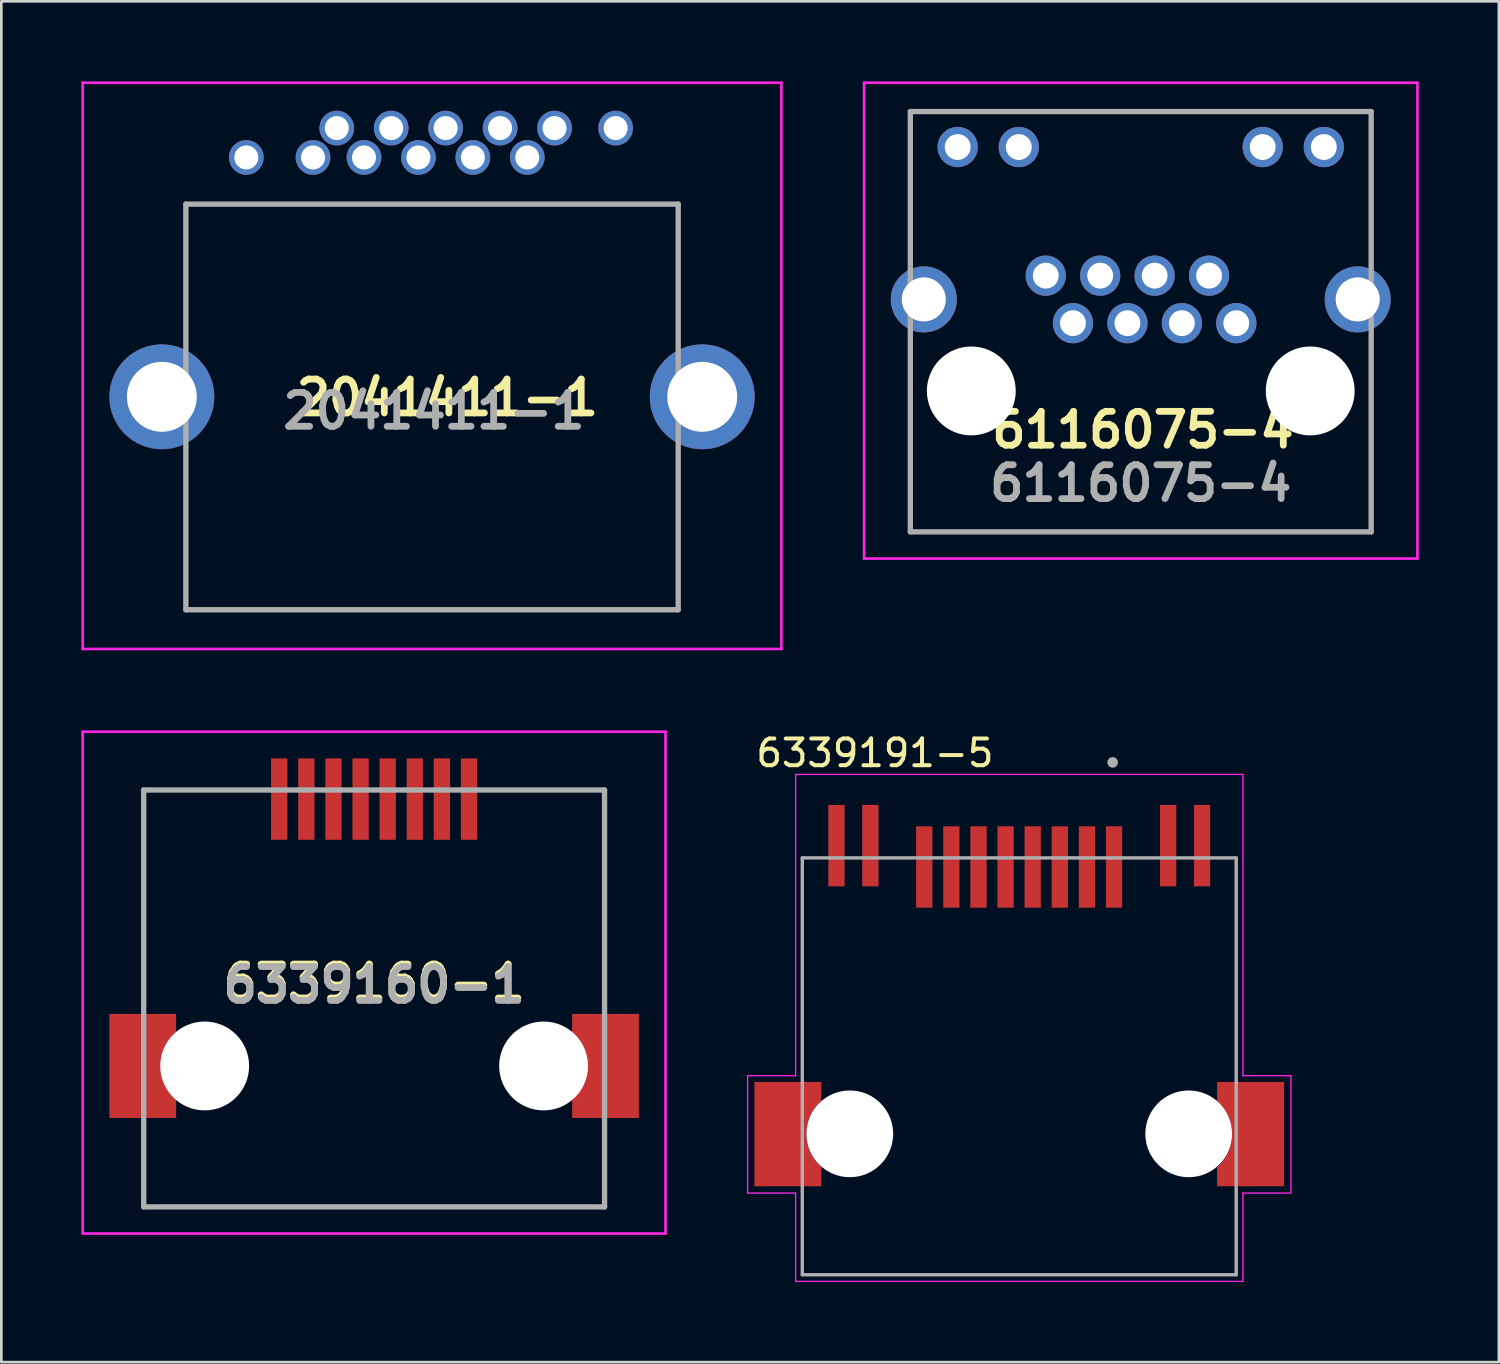
<source format=kicad_pcb>
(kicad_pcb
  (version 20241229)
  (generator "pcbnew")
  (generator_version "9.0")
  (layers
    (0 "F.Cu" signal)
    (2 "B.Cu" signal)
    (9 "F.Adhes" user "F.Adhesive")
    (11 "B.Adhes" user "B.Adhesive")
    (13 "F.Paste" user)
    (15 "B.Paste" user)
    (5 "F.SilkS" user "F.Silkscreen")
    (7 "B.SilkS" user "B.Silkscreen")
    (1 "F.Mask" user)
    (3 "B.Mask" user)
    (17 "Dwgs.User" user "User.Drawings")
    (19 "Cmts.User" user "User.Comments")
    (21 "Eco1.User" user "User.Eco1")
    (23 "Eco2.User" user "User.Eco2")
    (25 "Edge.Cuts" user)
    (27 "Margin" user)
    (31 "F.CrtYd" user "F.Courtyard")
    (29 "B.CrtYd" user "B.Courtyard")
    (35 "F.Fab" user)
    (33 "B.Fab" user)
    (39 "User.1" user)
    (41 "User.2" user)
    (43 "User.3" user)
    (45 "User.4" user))
  (footprint "2041411-1"
    (layer "F.Cu")
    (at 16.71 2.85)
    (property "Reference" "2041411-1" (at -3 9 0) (layer "F.SilkS") (effects (font (size 1.27 1.27) (thickness 0.254))))
    (attr through_hole)
    (fp_line (start -16.66 -2.8) (end 9.52 -2.8) (stroke (width 0.1) (type solid)) (layer "F.CrtYd"))
    (fp_line (start -16.66 18.42) (end -16.66 -2.8) (stroke (width 0.1) (type solid)) (layer "F.CrtYd"))
    (fp_line (start 9.52 -2.8) (end 9.52 18.42) (stroke (width 0.1) (type solid)) (layer "F.CrtYd"))
    (fp_line (start 9.52 18.42) (end -16.66 18.42) (stroke (width 0.1) (type solid)) (layer "F.CrtYd"))
    (fp_line (start -12.795 1.75) (end 5.655 1.75) (stroke (width 0.2) (type solid)) (layer "F.Fab"))
    (fp_line (start -12.795 16.95) (end -12.795 1.75) (stroke (width 0.2) (type solid)) (layer "F.Fab"))
    (fp_line (start 5.655 1.75) (end 5.655 16.95) (stroke (width 0.2) (type solid)) (layer "F.Fab"))
    (fp_line (start 5.655 16.95) (end -12.795 16.95) (stroke (width 0.2) (type solid)) (layer "F.Fab"))
    (fp_text user "${REFERENCE}" (at -3.5 9.5 0) (layer "F.Fab") (effects (font (size 1.27 1.27) (thickness 0.254))))
    (pad "1" thru_hole circle (at 0 0) (size 1.3 1.3) (drill 0.9) (layers "*.Cu" "*.Mask"))
    (pad "2" thru_hole circle (at -1.02 -1.1) (size 1.3 1.3) (drill 0.9) (layers "*.Cu" "*.Mask"))
    (pad "3" thru_hole circle (at -2.04 0) (size 1.3 1.3) (drill 0.9) (layers "*.Cu" "*.Mask"))
    (pad "4" thru_hole circle (at -3.06 -1.1) (size 1.3 1.3) (drill 0.9) (layers "*.Cu" "*.Mask"))
    (pad "5" thru_hole circle (at -4.08 0) (size 1.3 1.3) (drill 0.9) (layers "*.Cu" "*.Mask"))
    (pad "6" thru_hole circle (at -5.1 -1.1) (size 1.3 1.3) (drill 0.9) (layers "*.Cu" "*.Mask"))
    (pad "7" thru_hole circle (at -6.12 0) (size 1.3 1.3) (drill 0.9) (layers "*.Cu" "*.Mask"))
    (pad "8" thru_hole circle (at -7.14 -1.1) (size 1.3 1.3) (drill 0.9) (layers "*.Cu" "*.Mask"))
    (pad "9" thru_hole circle (at 3.31 -1.1) (size 1.3 1.3) (drill 0.9) (layers "*.Cu" "*.Mask"))
    (pad "10" thru_hole circle (at 1.02 -1.1) (size 1.3 1.3) (drill 0.9) (layers "*.Cu" "*.Mask"))
    (pad "11" thru_hole circle (at -8.03 0) (size 1.3 1.3) (drill 0.9) (layers "*.Cu" "*.Mask"))
    (pad "12" thru_hole circle (at -10.53 0) (size 1.3 1.3) (drill 0.9) (layers "*.Cu" "*.Mask"))
    (pad "MH1" thru_hole circle (at -13.695 8.97) (size 3.93 3.93) (drill 2.62) (layers "*.Cu" "*.Mask"))
    (pad "MH2" thru_hole circle (at 6.555 8.97) (size 3.93 3.93) (drill 2.62) (layers "*.Cu" "*.Mask")))
  (footprint "6339160-1"
    (layer "F.Cu")
    (at 10.97 34.365)
    (property "Reference" "6339160-1" (at 0 -0.592 0) (layer "F.SilkS") (effects (font (size 1.27 1.27) (thickness 0.254))))
    (attr through_hole)
    (fp_line (start -10.92 -9.995) (end 10.92 -9.995) (stroke (width 0.1) (type solid)) (layer "F.CrtYd"))
    (fp_line (start -10.92 8.81) (end -10.92 -9.995) (stroke (width 0.1) (type solid)) (layer "F.CrtYd"))
    (fp_line (start 10.92 -9.995) (end 10.92 8.81) (stroke (width 0.1) (type solid)) (layer "F.CrtYd"))
    (fp_line (start 10.92 8.81) (end -10.92 8.81) (stroke (width 0.1) (type solid)) (layer "F.CrtYd"))
    (fp_line (start -8.635 -7.81) (end 8.635 -7.81) (stroke (width 0.2) (type solid)) (layer "F.Fab"))
    (fp_line (start -8.635 7.81) (end -8.635 -7.81) (stroke (width 0.2) (type solid)) (layer "F.Fab"))
    (fp_line (start 8.635 -7.81) (end 8.635 7.81) (stroke (width 0.2) (type solid)) (layer "F.Fab"))
    (fp_line (start 8.635 7.81) (end -8.635 7.81) (stroke (width 0.2) (type solid)) (layer "F.Fab"))
    (fp_text user "${REFERENCE}" (at 0 -0.5 0) (layer "F.Fab") (effects (font (size 1.27 1.27) (thickness 0.254))))
    (pad "" np_thru_hole circle (at -6.35 2.53) (size 3.33 3.33) (drill 3.33) (layers "*.Cu" "*.Mask"))
    (pad "" np_thru_hole circle (at 6.35 2.53) (size 3.33 3.33) (drill 3.33) (layers "*.Cu" "*.Mask"))
    (pad "1" smd rect (at 3.556 -7.47) (size 0.61 3.05) (layers "F.Cu" "F.Mask" "F.Paste"))
    (pad "2" smd rect (at 2.54 -7.47) (size 0.61 3.05) (layers "F.Cu" "F.Mask" "F.Paste"))
    (pad "3" smd rect (at 1.524 -7.47) (size 0.61 3.05) (layers "F.Cu" "F.Mask" "F.Paste"))
    (pad "4" smd rect (at 0.508 -7.47) (size 0.61 3.05) (layers "F.Cu" "F.Mask" "F.Paste"))
    (pad "5" smd rect (at -0.508 -7.47) (size 0.61 3.05) (layers "F.Cu" "F.Mask" "F.Paste"))
    (pad "6" smd rect (at -1.524 -7.47) (size 0.61 3.05) (layers "F.Cu" "F.Mask" "F.Paste"))
    (pad "7" smd rect (at -2.54 -7.47) (size 0.61 3.05) (layers "F.Cu" "F.Mask" "F.Paste"))
    (pad "8" smd rect (at -3.556 -7.47) (size 0.61 3.05) (layers "F.Cu" "F.Mask" "F.Paste"))
    (pad "9" smd rect (at -8.67 2.53) (size 2.5 3.9) (layers "F.Cu" "F.Mask" "F.Paste"))
    (pad "10" smd rect (at 8.67 2.53) (size 2.5 3.9) (layers "F.Cu" "F.Mask" "F.Paste")))
  (footprint "6116075-4"
    (layer "F.Cu")
    (at 43.278 9.06)
    (property "Reference" "6116075-4" (at -3.5 4 0) (layer "F.SilkS") (effects (font (size 1.27 1.27) (thickness 0.254))))
    (attr through_hole)
    (fp_line (start -13.948 -9.01) (end 6.788 -9.01) (stroke (width 0.1) (type solid)) (layer "F.CrtYd"))
    (fp_line (start -13.948 8.82) (end -13.948 -9.01) (stroke (width 0.1) (type solid)) (layer "F.CrtYd"))
    (fp_line (start 6.788 -9.01) (end 6.788 8.82) (stroke (width 0.1) (type solid)) (layer "F.CrtYd"))
    (fp_line (start 6.788 8.82) (end -13.948 8.82) (stroke (width 0.1) (type solid)) (layer "F.CrtYd"))
    (fp_line (start -12.215 -7.93) (end 5.055 -7.93) (stroke (width 0.2) (type solid)) (layer "F.Fab"))
    (fp_line (start -12.215 7.82) (end -12.215 -7.93) (stroke (width 0.2) (type solid)) (layer "F.Fab"))
    (fp_line (start 5.055 -7.93) (end 5.055 7.82) (stroke (width 0.2) (type solid)) (layer "F.Fab"))
    (fp_line (start 5.055 7.82) (end -12.215 7.82) (stroke (width 0.2) (type solid)) (layer "F.Fab"))
    (fp_text user "${REFERENCE}" (at -3.58 6 0) (layer "F.Fab") (effects (font (size 1.27 1.27) (thickness 0.254))))
    (pad "" np_thru_hole circle (at -9.93 2.54) (size 3.33 3.33) (drill 3.33) (layers "*.Cu" "*.Mask"))
    (pad "" np_thru_hole circle (at 2.77 2.54) (size 3.33 3.33) (drill 3.33) (layers "*.Cu" "*.Mask"))
    (pad "1" thru_hole circle (at 0 0) (size 1.509 1.509) (drill 0.97) (layers "*.Cu" "*.Mask"))
    (pad "2" thru_hole circle (at -1.02 -1.78) (size 1.509 1.509) (drill 0.97) (layers "*.Cu" "*.Mask"))
    (pad "3" thru_hole circle (at -2.04 0) (size 1.509 1.509) (drill 0.97) (layers "*.Cu" "*.Mask"))
    (pad "4" thru_hole circle (at -3.06 -1.78) (size 1.509 1.509) (drill 0.97) (layers "*.Cu" "*.Mask"))
    (pad "5" thru_hole circle (at -4.08 0) (size 1.509 1.509) (drill 0.97) (layers "*.Cu" "*.Mask"))
    (pad "6" thru_hole circle (at -5.1 -1.78) (size 1.509 1.509) (drill 0.97) (layers "*.Cu" "*.Mask"))
    (pad "7" thru_hole circle (at -6.12 0) (size 1.509 1.509) (drill 0.97) (layers "*.Cu" "*.Mask"))
    (pad "8" thru_hole circle (at -7.14 -1.78) (size 1.509 1.509) (drill 0.97) (layers "*.Cu" "*.Mask"))
    (pad "9" thru_hole circle (at 3.28 -6.6) (size 1.509 1.509) (drill 0.97) (layers "*.Cu" "*.Mask"))
    (pad "10" thru_hole circle (at 0.99 -6.6) (size 1.509 1.509) (drill 0.97) (layers "*.Cu" "*.Mask"))
    (pad "11" thru_hole circle (at -8.15 -6.6) (size 1.509 1.509) (drill 0.97) (layers "*.Cu" "*.Mask"))
    (pad "12" thru_hole circle (at -10.44 -6.6) (size 1.509 1.509) (drill 0.97) (layers "*.Cu" "*.Mask"))
    (pad "13" thru_hole circle (at -11.71 -0.89) (size 2.475 2.475) (drill 1.65) (layers "*.Cu" "*.Mask"))
    (pad "14" thru_hole circle (at 4.55 -0.89) (size 2.475 2.475) (drill 1.65) (layers "*.Cu" "*.Mask")))
  (footprint "6339191-5"
    (layer "F.Cu")
    (at 35.145 36.909)
    (property "Reference" "6339191-5" (at -5.409 -11.739 0) (layer "F.SilkS") (effects (font (size 1.002 1.002) (thickness 0.15))))
    (attr smd)
    (fp_poly (pts (xy -9.974 0.54) (xy -7.37 0.54) (xy -7.37 4.542) (xy -9.974 4.542)) (stroke (width 0.01) (type solid)) (fill yes) (layer "F.Mask"))
    (fp_line (start -10.18 0.35) (end -8.38 0.35) (stroke (width 0.05) (type solid)) (layer "F.CrtYd"))
    (fp_line (start -10.18 4.75) (end -10.18 0.35) (stroke (width 0.05) (type solid)) (layer "F.CrtYd"))
    (fp_line (start -8.38 -10.939) (end 8.38 -10.939) (stroke (width 0.05) (type solid)) (layer "F.CrtYd"))
    (fp_line (start -8.38 0.35) (end -8.38 -10.939) (stroke (width 0.05) (type solid)) (layer "F.CrtYd"))
    (fp_line (start -8.38 4.75) (end -10.18 4.75) (stroke (width 0.05) (type solid)) (layer "F.CrtYd"))
    (fp_line (start -8.38 8.06) (end -8.38 4.75) (stroke (width 0.05) (type solid)) (layer "F.CrtYd"))
    (fp_line (start 8.38 -10.939) (end 8.38 0.35) (stroke (width 0.05) (type solid)) (layer "F.CrtYd"))
    (fp_line (start 8.38 0.35) (end 10.18 0.35) (stroke (width 0.05) (type solid)) (layer "F.CrtYd"))
    (fp_line (start 8.38 4.75) (end 8.38 8.06) (stroke (width 0.05) (type solid)) (layer "F.CrtYd"))
    (fp_line (start 8.38 8.06) (end -8.38 8.06) (stroke (width 0.05) (type solid)) (layer "F.CrtYd"))
    (fp_line (start 10.18 0.35) (end 10.18 4.75) (stroke (width 0.05) (type solid)) (layer "F.CrtYd"))
    (fp_line (start 10.18 4.75) (end 8.38 4.75) (stroke (width 0.05) (type solid)) (layer "F.CrtYd"))
    (fp_line (start -8.13 -7.81) (end 8.13 -7.81) (stroke (width 0.127) (type solid)) (layer "F.Fab"))
    (fp_line (start -8.13 7.81) (end -8.13 -7.81) (stroke (width 0.127) (type solid)) (layer "F.Fab"))
    (fp_line (start 8.13 -7.81) (end 8.13 7.81) (stroke (width 0.127) (type solid)) (layer "F.Fab"))
    (fp_line (start 8.13 7.81) (end -8.13 7.81) (stroke (width 0.127) (type solid)) (layer "F.Fab"))
    (fp_circle (center 3.5 -11.389) (end 3.6 -11.389) (stroke (width 0.2) (type solid)) (fill no) (layer "F.Fab"))
    (pad "" np_thru_hole circle (at -6.35 2.53) (size 3.25 3.25) (drill 3.25) (layers "*.Cu" "*.Mask"))
    (pad "" np_thru_hole circle (at 6.35 2.53) (size 3.25 3.25) (drill 3.25) (layers "*.Cu" "*.Mask"))
    (pad "1" smd rect (at 3.552 -7.47) (size 0.61 3.05) (layers "F.Cu" "F.Mask" "F.Paste"))
    (pad "2" smd rect (at 2.536 -7.47) (size 0.61 3.05) (layers "F.Cu" "F.Mask" "F.Paste"))
    (pad "3" smd rect (at 1.52 -7.47) (size 0.61 3.05) (layers "F.Cu" "F.Mask" "F.Paste"))
    (pad "4" smd rect (at 0.504 -7.47) (size 0.61 3.05) (layers "F.Cu" "F.Mask" "F.Paste"))
    (pad "5" smd rect (at -0.512 -7.47) (size 0.61 3.05) (layers "F.Cu" "F.Mask" "F.Paste"))
    (pad "6" smd rect (at -1.528 -7.47) (size 0.61 3.05) (layers "F.Cu" "F.Mask" "F.Paste"))
    (pad "7" smd rect (at -2.544 -7.47) (size 0.61 3.05) (layers "F.Cu" "F.Mask" "F.Paste"))
    (pad "8" smd rect (at -3.56 -7.47) (size 0.61 3.05) (layers "F.Cu" "F.Mask" "F.Paste"))
    (pad "A1" smd rect (at -6.85 -8.27) (size 0.61 3.05) (layers "F.Cu" "F.Mask" "F.Paste"))
    (pad "A2" smd rect (at 5.58 -8.27) (size 0.61 3.05) (layers "F.Cu" "F.Mask" "F.Paste"))
    (pad "C1" smd rect (at -5.58 -8.27) (size 0.61 3.05) (layers "F.Cu" "F.Mask" "F.Paste"))
    (pad "C2" smd rect (at 6.85 -8.27) (size 0.61 3.05) (layers "F.Cu" "F.Mask" "F.Paste"))
    (pad "S1" smd custom (at -8.67 2.54) (size 1 1) (layers "F.Cu") (options (anchor rect)) (primitives (gr_poly (pts (xy -1.25 -1.95) (xy 1.25 -1.95) (xy 1.25 -1.24) (xy 1.1 -1.09) (xy 1.01 -0.98) (xy 0.94 -0.88) (xy 0.89 -0.79) (xy 0.84 -0.69) (xy 0.8 -0.6) (xy 0.75 -0.45) (xy 0.72 -0.32) (xy 0.7 -0.2) (xy 0.69 -0.06) (xy 0.69 0.05) (xy 0.7 0.16) (xy 0.71 0.25) (xy 0.73 0.35) (xy 0.76 0.43) (xy 0.79 0.56) (xy 0.84 0.67) (xy 0.91 0.81) (xy 1 0.95) (xy 1.07 1.04) (xy 1.19 1.17) (xy 1.25 1.22) (xy 1.25 1.95) (xy -1.25 1.95)) (width 0.01) (fill yes))))
    (pad "S2" smd custom (at 8.67 2.54) (size 1 1) (layers "F.Cu") (options (anchor rect)) (primitives (gr_poly (pts (xy 1.25 1.95) (xy -1.25 1.95) (xy -1.25 1.24) (xy -1.1 1.09) (xy -1.01 0.98) (xy -0.94 0.88) (xy -0.89 0.79) (xy -0.84 0.69) (xy -0.8 0.6) (xy -0.75 0.45) (xy -0.72 0.32) (xy -0.7 0.2) (xy -0.69 0.06) (xy -0.69 -0.05) (xy -0.7 -0.16) (xy -0.71 -0.25) (xy -0.73 -0.35) (xy -0.76 -0.43) (xy -0.79 -0.56) (xy -0.84 -0.67) (xy -0.91 -0.81) (xy -1 -0.95) (xy -1.07 -1.04) (xy -1.19 -1.17) (xy -1.25 -1.22) (xy -1.25 -1.95) (xy 1.25 -1.95)) (width 0.01) (fill yes)))))
  (gr_rect
    (start -3 -3)
    (end 53.116 47.994)
    (stroke (width 0.1) (type default))
    (fill no)
    (layer "Edge.Cuts")))
</source>
